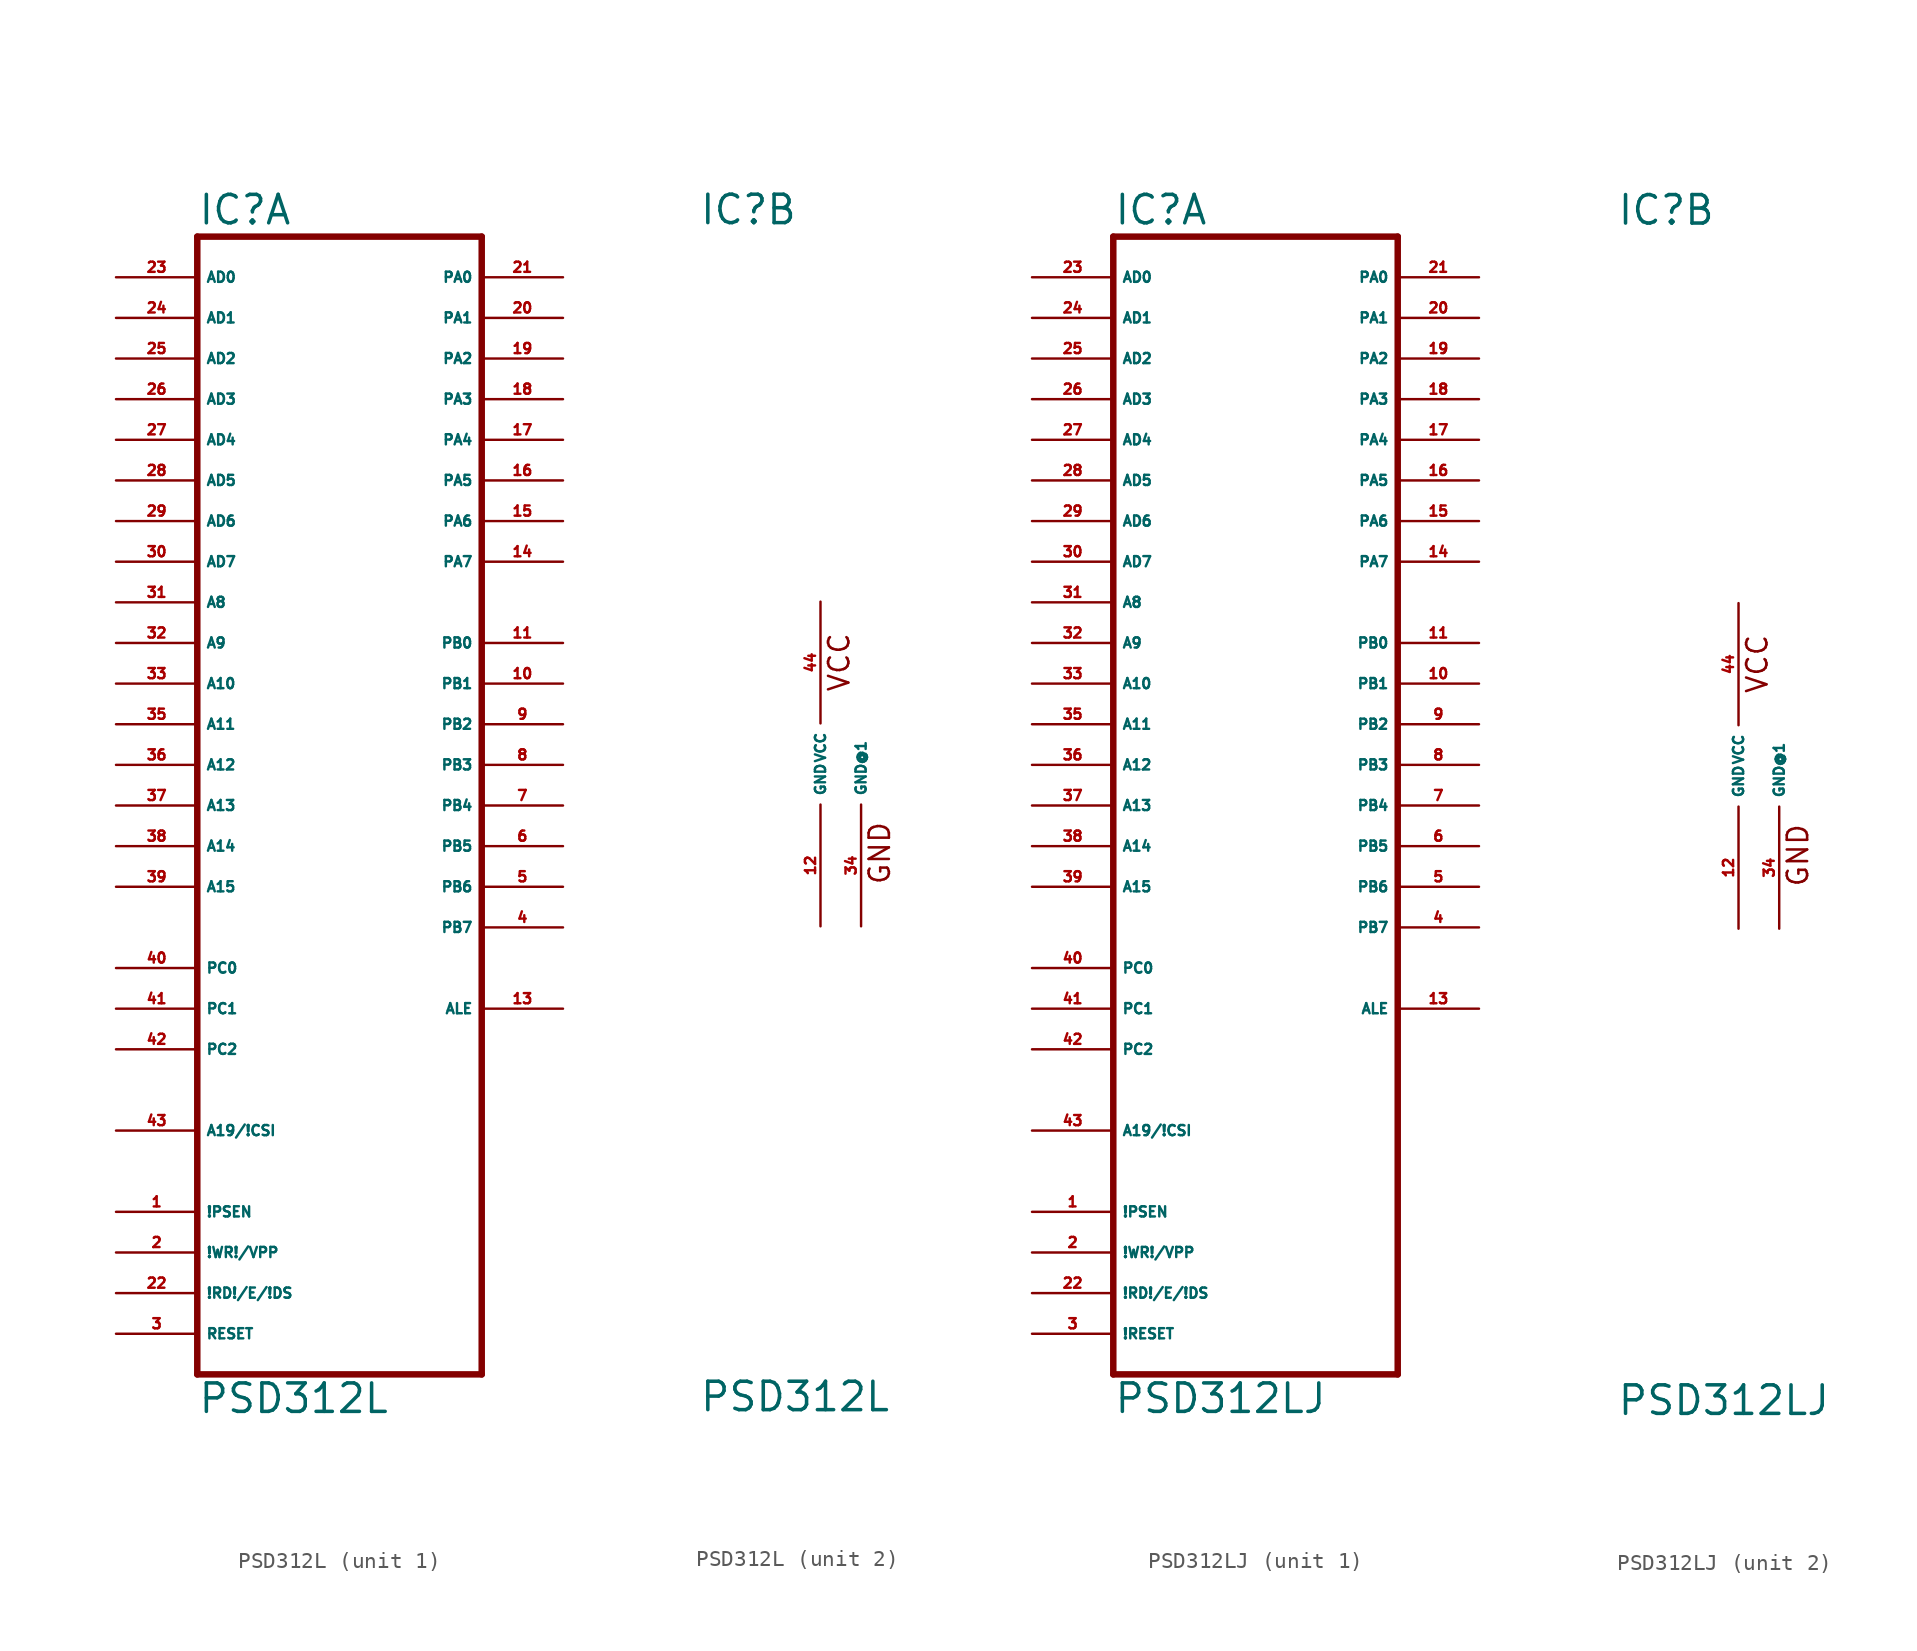
<source format=kicad_sym>
(kicad_symbol_lib
  (version 20220914)
  (generator Eagle2Kicad)
  (symbol "PSD312L"
    (property "Reference" "IC"
      (at -7.62 33.655 0)
      (effects (font (size 1.778 1.778) (thickness 0.22)) (justify left bottom)))
    (property "Value" "PSD312L"
      (at -7.62 -40.64 0)
      (effects (font (size 1.778 1.778) (thickness 0.22)) (justify left bottom)))
    (symbol "PSD312L_1_0"
      (polyline (pts (xy -7.62 -38.1) (xy 10.16 -38.1)) (stroke (width 0.406) (type default)) (fill (type none)))
      (polyline (pts (xy 10.16 -38.1) (xy 10.16 33.02)) (stroke (width 0.406) (type default)) (fill (type none)))
      (polyline (pts (xy 10.16 33.02) (xy -7.62 33.02)) (stroke (width 0.406) (type default)) (fill (type none)))
      (polyline (pts (xy -7.62 33.02) (xy -7.62 -38.1)) (stroke (width 0.406) (type default)) (fill (type none)))
      (pin input line (at -12.7 30.48 0) (length 5.08) (name "AD0" (effects (font (size 0.635 0.635) (thickness 0.08)) (justify left bottom))) (number "23" (effects (font (size 0.635 0.635) (thickness 0.08)) (justify left bottom))))
      (pin input line (at -12.7 27.94 0) (length 5.08) (name "AD1" (effects (font (size 0.635 0.635) (thickness 0.08)) (justify left bottom))) (number "24" (effects (font (size 0.635 0.635) (thickness 0.08)) (justify left bottom))))
      (pin input line (at -12.7 25.4 0) (length 5.08) (name "AD2" (effects (font (size 0.635 0.635) (thickness 0.08)) (justify left bottom))) (number "25" (effects (font (size 0.635 0.635) (thickness 0.08)) (justify left bottom))))
      (pin input line (at -12.7 22.86 0) (length 5.08) (name "AD3" (effects (font (size 0.635 0.635) (thickness 0.08)) (justify left bottom))) (number "26" (effects (font (size 0.635 0.635) (thickness 0.08)) (justify left bottom))))
      (pin input line (at -12.7 20.32 0) (length 5.08) (name "AD4" (effects (font (size 0.635 0.635) (thickness 0.08)) (justify left bottom))) (number "27" (effects (font (size 0.635 0.635) (thickness 0.08)) (justify left bottom))))
      (pin input line (at -12.7 17.78 0) (length 5.08) (name "AD5" (effects (font (size 0.635 0.635) (thickness 0.08)) (justify left bottom))) (number "28" (effects (font (size 0.635 0.635) (thickness 0.08)) (justify left bottom))))
      (pin input line (at -12.7 15.24 0) (length 5.08) (name "AD6" (effects (font (size 0.635 0.635) (thickness 0.08)) (justify left bottom))) (number "29" (effects (font (size 0.635 0.635) (thickness 0.08)) (justify left bottom))))
      (pin input line (at -12.7 12.7 0) (length 5.08) (name "AD7" (effects (font (size 0.635 0.635) (thickness 0.08)) (justify left bottom))) (number "30" (effects (font (size 0.635 0.635) (thickness 0.08)) (justify left bottom))))
      (pin input line (at -12.7 10.16 0) (length 5.08) (name "A8" (effects (font (size 0.635 0.635) (thickness 0.08)) (justify left bottom))) (number "31" (effects (font (size 0.635 0.635) (thickness 0.08)) (justify left bottom))))
      (pin input line (at -12.7 7.62 0) (length 5.08) (name "A9" (effects (font (size 0.635 0.635) (thickness 0.08)) (justify left bottom))) (number "32" (effects (font (size 0.635 0.635) (thickness 0.08)) (justify left bottom))))
      (pin input line (at -12.7 5.08 0) (length 5.08) (name "A10" (effects (font (size 0.635 0.635) (thickness 0.08)) (justify left bottom))) (number "33" (effects (font (size 0.635 0.635) (thickness 0.08)) (justify left bottom))))
      (pin input line (at -12.7 2.54 0) (length 5.08) (name "A11" (effects (font (size 0.635 0.635) (thickness 0.08)) (justify left bottom))) (number "35" (effects (font (size 0.635 0.635) (thickness 0.08)) (justify left bottom))))
      (pin input line (at -12.7 0 0) (length 5.08) (name "A12" (effects (font (size 0.635 0.635) (thickness 0.08)) (justify left bottom))) (number "36" (effects (font (size 0.635 0.635) (thickness 0.08)) (justify left bottom))))
      (pin input line (at -12.7 -2.54 0) (length 5.08) (name "A13" (effects (font (size 0.635 0.635) (thickness 0.08)) (justify left bottom))) (number "37" (effects (font (size 0.635 0.635) (thickness 0.08)) (justify left bottom))))
      (pin input line (at -12.7 -5.08 0) (length 5.08) (name "A14" (effects (font (size 0.635 0.635) (thickness 0.08)) (justify left bottom))) (number "38" (effects (font (size 0.635 0.635) (thickness 0.08)) (justify left bottom))))
      (pin input line (at -12.7 -7.62 0) (length 5.08) (name "A15" (effects (font (size 0.635 0.635) (thickness 0.08)) (justify left bottom))) (number "39" (effects (font (size 0.635 0.635) (thickness 0.08)) (justify left bottom))))
      (pin input line (at -12.7 -12.7 0) (length 5.08) (name "PC0" (effects (font (size 0.635 0.635) (thickness 0.08)) (justify left bottom))) (number "40" (effects (font (size 0.635 0.635) (thickness 0.08)) (justify left bottom))))
      (pin input line (at -12.7 -15.24 0) (length 5.08) (name "PC1" (effects (font (size 0.635 0.635) (thickness 0.08)) (justify left bottom))) (number "41" (effects (font (size 0.635 0.635) (thickness 0.08)) (justify left bottom))))
      (pin input line (at -12.7 -17.78 0) (length 5.08) (name "PC2" (effects (font (size 0.635 0.635) (thickness 0.08)) (justify left bottom))) (number "42" (effects (font (size 0.635 0.635) (thickness 0.08)) (justify left bottom))))
      (pin input line (at -12.7 -22.86 0) (length 5.08) (name "A19/!CSI" (effects (font (size 0.635 0.635) (thickness 0.08)) (justify left bottom))) (number "43" (effects (font (size 0.635 0.635) (thickness 0.08)) (justify left bottom))))
      (pin bidirectional line (at 15.24 30.48 180) (length 5.08) (name "PA0" (effects (font (size 0.635 0.635) (thickness 0.08)) (justify left bottom))) (number "21" (effects (font (size 0.635 0.635) (thickness 0.08)) (justify left bottom))))
      (pin bidirectional line (at 15.24 27.94 180) (length 5.08) (name "PA1" (effects (font (size 0.635 0.635) (thickness 0.08)) (justify left bottom))) (number "20" (effects (font (size 0.635 0.635) (thickness 0.08)) (justify left bottom))))
      (pin bidirectional line (at 15.24 25.4 180) (length 5.08) (name "PA2" (effects (font (size 0.635 0.635) (thickness 0.08)) (justify left bottom))) (number "19" (effects (font (size 0.635 0.635) (thickness 0.08)) (justify left bottom))))
      (pin bidirectional line (at 15.24 22.86 180) (length 5.08) (name "PA3" (effects (font (size 0.635 0.635) (thickness 0.08)) (justify left bottom))) (number "18" (effects (font (size 0.635 0.635) (thickness 0.08)) (justify left bottom))))
      (pin bidirectional line (at 15.24 20.32 180) (length 5.08) (name "PA4" (effects (font (size 0.635 0.635) (thickness 0.08)) (justify left bottom))) (number "17" (effects (font (size 0.635 0.635) (thickness 0.08)) (justify left bottom))))
      (pin bidirectional line (at 15.24 17.78 180) (length 5.08) (name "PA5" (effects (font (size 0.635 0.635) (thickness 0.08)) (justify left bottom))) (number "16" (effects (font (size 0.635 0.635) (thickness 0.08)) (justify left bottom))))
      (pin bidirectional line (at 15.24 15.24 180) (length 5.08) (name "PA6" (effects (font (size 0.635 0.635) (thickness 0.08)) (justify left bottom))) (number "15" (effects (font (size 0.635 0.635) (thickness 0.08)) (justify left bottom))))
      (pin bidirectional line (at 15.24 12.7 180) (length 5.08) (name "PA7" (effects (font (size 0.635 0.635) (thickness 0.08)) (justify left bottom))) (number "14" (effects (font (size 0.635 0.635) (thickness 0.08)) (justify left bottom))))
      (pin output line (at 15.24 7.62 180) (length 5.08) (name "PB0" (effects (font (size 0.635 0.635) (thickness 0.08)) (justify left bottom))) (number "11" (effects (font (size 0.635 0.635) (thickness 0.08)) (justify left bottom))))
      (pin output line (at 15.24 5.08 180) (length 5.08) (name "PB1" (effects (font (size 0.635 0.635) (thickness 0.08)) (justify left bottom))) (number "10" (effects (font (size 0.635 0.635) (thickness 0.08)) (justify left bottom))))
      (pin output line (at 15.24 2.54 180) (length 5.08) (name "PB2" (effects (font (size 0.635 0.635) (thickness 0.08)) (justify left bottom))) (number "9" (effects (font (size 0.635 0.635) (thickness 0.08)) (justify left bottom))))
      (pin output line (at 15.24 0 180) (length 5.08) (name "PB3" (effects (font (size 0.635 0.635) (thickness 0.08)) (justify left bottom))) (number "8" (effects (font (size 0.635 0.635) (thickness 0.08)) (justify left bottom))))
      (pin output line (at 15.24 -2.54 180) (length 5.08) (name "PB4" (effects (font (size 0.635 0.635) (thickness 0.08)) (justify left bottom))) (number "7" (effects (font (size 0.635 0.635) (thickness 0.08)) (justify left bottom))))
      (pin output line (at 15.24 -5.08 180) (length 5.08) (name "PB5" (effects (font (size 0.635 0.635) (thickness 0.08)) (justify left bottom))) (number "6" (effects (font (size 0.635 0.635) (thickness 0.08)) (justify left bottom))))
      (pin output line (at 15.24 -7.62 180) (length 5.08) (name "PB6" (effects (font (size 0.635 0.635) (thickness 0.08)) (justify left bottom))) (number "5" (effects (font (size 0.635 0.635) (thickness 0.08)) (justify left bottom))))
      (pin output line (at 15.24 -10.16 180) (length 5.08) (name "PB7" (effects (font (size 0.635 0.635) (thickness 0.08)) (justify left bottom))) (number "4" (effects (font (size 0.635 0.635) (thickness 0.08)) (justify left bottom))))
      (pin output line (at 15.24 -15.24 180) (length 5.08) (name "ALE" (effects (font (size 0.635 0.635) (thickness 0.08)) (justify left bottom))) (number "13" (effects (font (size 0.635 0.635) (thickness 0.08)) (justify left bottom))))
      (pin input line (at -12.7 -27.94 0) (length 5.08) (name "!PSEN" (effects (font (size 0.635 0.635) (thickness 0.08)) (justify left bottom))) (number "1" (effects (font (size 0.635 0.635) (thickness 0.08)) (justify left bottom))))
      (pin input line (at -12.7 -30.48 0) (length 5.08) (name "!WR!/VPP" (effects (font (size 0.635 0.635) (thickness 0.08)) (justify left bottom))) (number "2" (effects (font (size 0.635 0.635) (thickness 0.08)) (justify left bottom))))
      (pin input line (at -12.7 -33.02 0) (length 5.08) (name "!RD!/E/!DS" (effects (font (size 0.635 0.635) (thickness 0.08)) (justify left bottom))) (number "22" (effects (font (size 0.635 0.635) (thickness 0.08)) (justify left bottom))))
      (pin input line (at -12.7 -35.56 0) (length 5.08) (name "RESET" (effects (font (size 0.635 0.635) (thickness 0.08)) (justify left bottom))) (number "3" (effects (font (size 0.635 0.635) (thickness 0.08)) (justify left bottom)))))
    (symbol "PSD312L_2_0"
      (text "VCC" (at 1.905 4.445 900) (effects (font (size 1.27 1.27) (thickness 0.16)) (justify left bottom)))
      (text "GND" (at 4.445 -7.62 900) (effects (font (size 1.27 1.27) (thickness 0.16)) (justify left bottom)))
      (pin unspecified line (at 0 10.16 270) (length 7.62) (name "VCC" (effects (font (size 0.635 0.635) (thickness 0.08)) (justify left bottom))) (number "44" (effects (font (size 0.635 0.635) (thickness 0.08)) (justify left bottom))))
      (pin unspecified line (at 0 -10.16 90) (length 7.62) (name "GND" (effects (font (size 0.635 0.635) (thickness 0.08)) (justify left bottom))) (number "12" (effects (font (size 0.635 0.635) (thickness 0.08)) (justify left bottom))))
      (pin unspecified line (at 2.54 -10.16 90) (length 7.62) (name "GND@1" (effects (font (size 0.635 0.635) (thickness 0.08)) (justify left bottom))) (number "34" (effects (font (size 0.635 0.635) (thickness 0.08)) (justify left bottom))))))
  (symbol "PSD312LJ"
    (property "Reference" "IC"
      (at -7.62 33.655 0)
      (effects (font (size 1.778 1.778) (thickness 0.22)) (justify left bottom)))
    (property "Value" "PSD312LJ"
      (at -7.62 -40.64 0)
      (effects (font (size 1.778 1.778) (thickness 0.22)) (justify left bottom)))
    (symbol "PSD312LJ_1_0"
      (polyline (pts (xy -7.62 -38.1) (xy 10.16 -38.1)) (stroke (width 0.406) (type default)) (fill (type none)))
      (polyline (pts (xy 10.16 -38.1) (xy 10.16 33.02)) (stroke (width 0.406) (type default)) (fill (type none)))
      (polyline (pts (xy 10.16 33.02) (xy -7.62 33.02)) (stroke (width 0.406) (type default)) (fill (type none)))
      (polyline (pts (xy -7.62 33.02) (xy -7.62 -38.1)) (stroke (width 0.406) (type default)) (fill (type none)))
      (pin input line (at -12.7 30.48 0) (length 5.08) (name "AD0" (effects (font (size 0.635 0.635) (thickness 0.08)) (justify left bottom))) (number "23" (effects (font (size 0.635 0.635) (thickness 0.08)) (justify left bottom))))
      (pin input line (at -12.7 27.94 0) (length 5.08) (name "AD1" (effects (font (size 0.635 0.635) (thickness 0.08)) (justify left bottom))) (number "24" (effects (font (size 0.635 0.635) (thickness 0.08)) (justify left bottom))))
      (pin input line (at -12.7 25.4 0) (length 5.08) (name "AD2" (effects (font (size 0.635 0.635) (thickness 0.08)) (justify left bottom))) (number "25" (effects (font (size 0.635 0.635) (thickness 0.08)) (justify left bottom))))
      (pin input line (at -12.7 22.86 0) (length 5.08) (name "AD3" (effects (font (size 0.635 0.635) (thickness 0.08)) (justify left bottom))) (number "26" (effects (font (size 0.635 0.635) (thickness 0.08)) (justify left bottom))))
      (pin input line (at -12.7 20.32 0) (length 5.08) (name "AD4" (effects (font (size 0.635 0.635) (thickness 0.08)) (justify left bottom))) (number "27" (effects (font (size 0.635 0.635) (thickness 0.08)) (justify left bottom))))
      (pin input line (at -12.7 17.78 0) (length 5.08) (name "AD5" (effects (font (size 0.635 0.635) (thickness 0.08)) (justify left bottom))) (number "28" (effects (font (size 0.635 0.635) (thickness 0.08)) (justify left bottom))))
      (pin input line (at -12.7 15.24 0) (length 5.08) (name "AD6" (effects (font (size 0.635 0.635) (thickness 0.08)) (justify left bottom))) (number "29" (effects (font (size 0.635 0.635) (thickness 0.08)) (justify left bottom))))
      (pin input line (at -12.7 12.7 0) (length 5.08) (name "AD7" (effects (font (size 0.635 0.635) (thickness 0.08)) (justify left bottom))) (number "30" (effects (font (size 0.635 0.635) (thickness 0.08)) (justify left bottom))))
      (pin input line (at -12.7 10.16 0) (length 5.08) (name "A8" (effects (font (size 0.635 0.635) (thickness 0.08)) (justify left bottom))) (number "31" (effects (font (size 0.635 0.635) (thickness 0.08)) (justify left bottom))))
      (pin input line (at -12.7 7.62 0) (length 5.08) (name "A9" (effects (font (size 0.635 0.635) (thickness 0.08)) (justify left bottom))) (number "32" (effects (font (size 0.635 0.635) (thickness 0.08)) (justify left bottom))))
      (pin input line (at -12.7 5.08 0) (length 5.08) (name "A10" (effects (font (size 0.635 0.635) (thickness 0.08)) (justify left bottom))) (number "33" (effects (font (size 0.635 0.635) (thickness 0.08)) (justify left bottom))))
      (pin input line (at -12.7 2.54 0) (length 5.08) (name "A11" (effects (font (size 0.635 0.635) (thickness 0.08)) (justify left bottom))) (number "35" (effects (font (size 0.635 0.635) (thickness 0.08)) (justify left bottom))))
      (pin input line (at -12.7 0 0) (length 5.08) (name "A12" (effects (font (size 0.635 0.635) (thickness 0.08)) (justify left bottom))) (number "36" (effects (font (size 0.635 0.635) (thickness 0.08)) (justify left bottom))))
      (pin input line (at -12.7 -2.54 0) (length 5.08) (name "A13" (effects (font (size 0.635 0.635) (thickness 0.08)) (justify left bottom))) (number "37" (effects (font (size 0.635 0.635) (thickness 0.08)) (justify left bottom))))
      (pin input line (at -12.7 -5.08 0) (length 5.08) (name "A14" (effects (font (size 0.635 0.635) (thickness 0.08)) (justify left bottom))) (number "38" (effects (font (size 0.635 0.635) (thickness 0.08)) (justify left bottom))))
      (pin input line (at -12.7 -7.62 0) (length 5.08) (name "A15" (effects (font (size 0.635 0.635) (thickness 0.08)) (justify left bottom))) (number "39" (effects (font (size 0.635 0.635) (thickness 0.08)) (justify left bottom))))
      (pin input line (at -12.7 -12.7 0) (length 5.08) (name "PC0" (effects (font (size 0.635 0.635) (thickness 0.08)) (justify left bottom))) (number "40" (effects (font (size 0.635 0.635) (thickness 0.08)) (justify left bottom))))
      (pin input line (at -12.7 -15.24 0) (length 5.08) (name "PC1" (effects (font (size 0.635 0.635) (thickness 0.08)) (justify left bottom))) (number "41" (effects (font (size 0.635 0.635) (thickness 0.08)) (justify left bottom))))
      (pin input line (at -12.7 -17.78 0) (length 5.08) (name "PC2" (effects (font (size 0.635 0.635) (thickness 0.08)) (justify left bottom))) (number "42" (effects (font (size 0.635 0.635) (thickness 0.08)) (justify left bottom))))
      (pin input line (at -12.7 -22.86 0) (length 5.08) (name "A19/!CSI" (effects (font (size 0.635 0.635) (thickness 0.08)) (justify left bottom))) (number "43" (effects (font (size 0.635 0.635) (thickness 0.08)) (justify left bottom))))
      (pin bidirectional line (at 15.24 30.48 180) (length 5.08) (name "PA0" (effects (font (size 0.635 0.635) (thickness 0.08)) (justify left bottom))) (number "21" (effects (font (size 0.635 0.635) (thickness 0.08)) (justify left bottom))))
      (pin bidirectional line (at 15.24 27.94 180) (length 5.08) (name "PA1" (effects (font (size 0.635 0.635) (thickness 0.08)) (justify left bottom))) (number "20" (effects (font (size 0.635 0.635) (thickness 0.08)) (justify left bottom))))
      (pin bidirectional line (at 15.24 25.4 180) (length 5.08) (name "PA2" (effects (font (size 0.635 0.635) (thickness 0.08)) (justify left bottom))) (number "19" (effects (font (size 0.635 0.635) (thickness 0.08)) (justify left bottom))))
      (pin bidirectional line (at 15.24 22.86 180) (length 5.08) (name "PA3" (effects (font (size 0.635 0.635) (thickness 0.08)) (justify left bottom))) (number "18" (effects (font (size 0.635 0.635) (thickness 0.08)) (justify left bottom))))
      (pin bidirectional line (at 15.24 20.32 180) (length 5.08) (name "PA4" (effects (font (size 0.635 0.635) (thickness 0.08)) (justify left bottom))) (number "17" (effects (font (size 0.635 0.635) (thickness 0.08)) (justify left bottom))))
      (pin bidirectional line (at 15.24 17.78 180) (length 5.08) (name "PA5" (effects (font (size 0.635 0.635) (thickness 0.08)) (justify left bottom))) (number "16" (effects (font (size 0.635 0.635) (thickness 0.08)) (justify left bottom))))
      (pin bidirectional line (at 15.24 15.24 180) (length 5.08) (name "PA6" (effects (font (size 0.635 0.635) (thickness 0.08)) (justify left bottom))) (number "15" (effects (font (size 0.635 0.635) (thickness 0.08)) (justify left bottom))))
      (pin bidirectional line (at 15.24 12.7 180) (length 5.08) (name "PA7" (effects (font (size 0.635 0.635) (thickness 0.08)) (justify left bottom))) (number "14" (effects (font (size 0.635 0.635) (thickness 0.08)) (justify left bottom))))
      (pin output line (at 15.24 7.62 180) (length 5.08) (name "PB0" (effects (font (size 0.635 0.635) (thickness 0.08)) (justify left bottom))) (number "11" (effects (font (size 0.635 0.635) (thickness 0.08)) (justify left bottom))))
      (pin output line (at 15.24 5.08 180) (length 5.08) (name "PB1" (effects (font (size 0.635 0.635) (thickness 0.08)) (justify left bottom))) (number "10" (effects (font (size 0.635 0.635) (thickness 0.08)) (justify left bottom))))
      (pin output line (at 15.24 2.54 180) (length 5.08) (name "PB2" (effects (font (size 0.635 0.635) (thickness 0.08)) (justify left bottom))) (number "9" (effects (font (size 0.635 0.635) (thickness 0.08)) (justify left bottom))))
      (pin output line (at 15.24 0 180) (length 5.08) (name "PB3" (effects (font (size 0.635 0.635) (thickness 0.08)) (justify left bottom))) (number "8" (effects (font (size 0.635 0.635) (thickness 0.08)) (justify left bottom))))
      (pin output line (at 15.24 -2.54 180) (length 5.08) (name "PB4" (effects (font (size 0.635 0.635) (thickness 0.08)) (justify left bottom))) (number "7" (effects (font (size 0.635 0.635) (thickness 0.08)) (justify left bottom))))
      (pin output line (at 15.24 -5.08 180) (length 5.08) (name "PB5" (effects (font (size 0.635 0.635) (thickness 0.08)) (justify left bottom))) (number "6" (effects (font (size 0.635 0.635) (thickness 0.08)) (justify left bottom))))
      (pin output line (at 15.24 -7.62 180) (length 5.08) (name "PB6" (effects (font (size 0.635 0.635) (thickness 0.08)) (justify left bottom))) (number "5" (effects (font (size 0.635 0.635) (thickness 0.08)) (justify left bottom))))
      (pin output line (at 15.24 -10.16 180) (length 5.08) (name "PB7" (effects (font (size 0.635 0.635) (thickness 0.08)) (justify left bottom))) (number "4" (effects (font (size 0.635 0.635) (thickness 0.08)) (justify left bottom))))
      (pin output line (at 15.24 -15.24 180) (length 5.08) (name "ALE" (effects (font (size 0.635 0.635) (thickness 0.08)) (justify left bottom))) (number "13" (effects (font (size 0.635 0.635) (thickness 0.08)) (justify left bottom))))
      (pin input line (at -12.7 -27.94 0) (length 5.08) (name "!PSEN" (effects (font (size 0.635 0.635) (thickness 0.08)) (justify left bottom))) (number "1" (effects (font (size 0.635 0.635) (thickness 0.08)) (justify left bottom))))
      (pin input line (at -12.7 -30.48 0) (length 5.08) (name "!WR!/VPP" (effects (font (size 0.635 0.635) (thickness 0.08)) (justify left bottom))) (number "2" (effects (font (size 0.635 0.635) (thickness 0.08)) (justify left bottom))))
      (pin input line (at -12.7 -33.02 0) (length 5.08) (name "!RD!/E/!DS" (effects (font (size 0.635 0.635) (thickness 0.08)) (justify left bottom))) (number "22" (effects (font (size 0.635 0.635) (thickness 0.08)) (justify left bottom))))
      (pin input line (at -12.7 -35.56 0) (length 5.08) (name "!RESET" (effects (font (size 0.635 0.635) (thickness 0.08)) (justify left bottom))) (number "3" (effects (font (size 0.635 0.635) (thickness 0.08)) (justify left bottom)))))
    (symbol "PSD312LJ_2_0"
      (text "VCC" (at 1.905 4.445 900) (effects (font (size 1.27 1.27) (thickness 0.16)) (justify left bottom)))
      (text "GND" (at 4.445 -7.62 900) (effects (font (size 1.27 1.27) (thickness 0.16)) (justify left bottom)))
      (pin unspecified line (at 0 10.16 270) (length 7.62) (name "VCC" (effects (font (size 0.635 0.635) (thickness 0.08)) (justify left bottom))) (number "44" (effects (font (size 0.635 0.635) (thickness 0.08)) (justify left bottom))))
      (pin unspecified line (at 0 -10.16 90) (length 7.62) (name "GND" (effects (font (size 0.635 0.635) (thickness 0.08)) (justify left bottom))) (number "12" (effects (font (size 0.635 0.635) (thickness 0.08)) (justify left bottom))))
      (pin unspecified line (at 2.54 -10.16 90) (length 7.62) (name "GND@1" (effects (font (size 0.635 0.635) (thickness 0.08)) (justify left bottom))) (number "34" (effects (font (size 0.635 0.635) (thickness 0.08)) (justify left bottom)))))))
</source>
